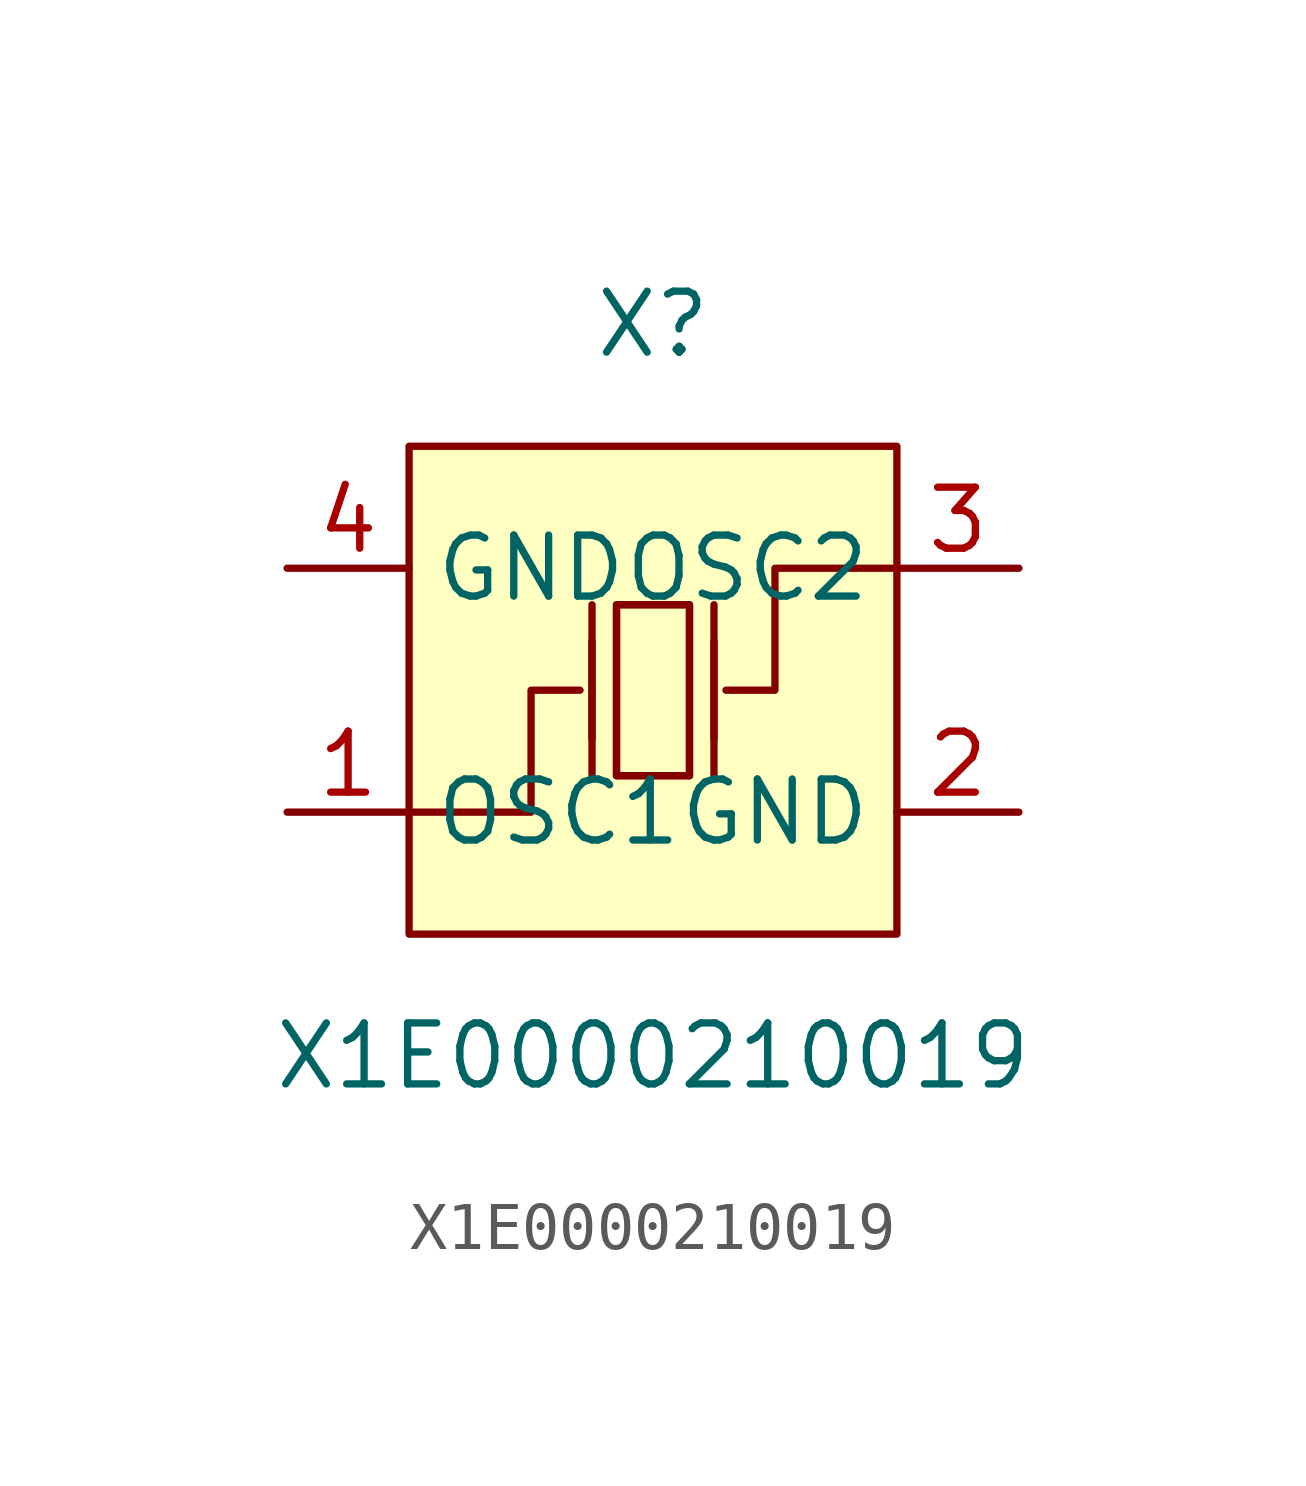
<source format=kicad_sym>
(kicad_symbol_lib
  (version 20211014)
  (generator https://github.com/uPesy/easyeda2kicad.py)
  (symbol "X1E0000210019"
    (property "Reference" "X"
      (at 0 7.62 0)
      (effects (font (size 1.27 1.27))))
    (property "Value" "X1E0000210019"
      (at 0 -7.62 0)
      (effects (font (size 1.27 1.27))))
    (symbol "X1E0000210019_0_1"
      (rectangle (start -5.08 5.08) (end 5.08 -5.08) (stroke (width 0) (type default) (color 0 0 0 0)) (fill (type background)))
      (polyline (pts (xy -1.27 -1.02) (xy -1.27 1.02)) (stroke (width 0) (type default) (color 0 0 0 0)) (fill (type none)))
      (polyline (pts (xy 0.76 -1.78) (xy -0.76 -1.78)) (stroke (width 0) (type default) (color 0 0 0 0)) (fill (type none)))
      (polyline (pts (xy 1.27 -1.02) (xy 1.27 1.02)) (stroke (width 0) (type default) (color 0 0 0 0)) (fill (type none)))
      (polyline (pts (xy -0.76 -1.78) (xy -0.76 1.78) (xy 0.76 1.78) (xy 0.76 -1.78)) (stroke (width 0) (type default) (color 0 0 0 0)) (fill (type none)))
      (polyline (pts (xy 5.08 2.54) (xy 2.54 2.54) (xy 2.54 -0.00) (xy 1.52 -0.00)) (stroke (width 0) (type default) (color 0 0 0 0)) (fill (type none)))
      (polyline (pts (xy -5.08 -2.54) (xy -2.54 -2.54) (xy -2.54 -0.00) (xy -1.52 -0.00)) (stroke (width 0) (type default) (color 0 0 0 0)) (fill (type none)))
      (polyline (pts (xy 1.27 -1.78) (xy 1.27 1.78)) (stroke (width 0) (type default) (color 0 0 0 0)) (fill (type none)))
      (polyline (pts (xy -1.27 -1.78) (xy -1.27 1.78)) (stroke (width 0) (type default) (color 0 0 0 0)) (fill (type none)))
      (polyline (pts (xy 0.76 1.78) (xy 0.76 -1.78) (xy -0.76 -1.78) (xy -0.76 1.78) (xy 0.76 1.78)) (stroke (width 0) (type default) (color 0 0 0 0)) (fill (type background)))
      (pin unspecified line (at -7.62 2.54 0) (length 2.54) (name "GND" (effects (font (size 1.27 1.27)))) (number "4" (effects (font (size 1.27 1.27)))))
      (pin unspecified line (at 7.62 -2.54 180) (length 2.54) (name "GND" (effects (font (size 1.27 1.27)))) (number "2" (effects (font (size 1.27 1.27)))))
      (pin unspecified line (at -7.62 -2.54 0) (length 2.54) (name "OSC1" (effects (font (size 1.27 1.27)))) (number "1" (effects (font (size 1.27 1.27)))))
      (pin unspecified line (at 7.62 2.54 180) (length 2.54) (name "OSC2" (effects (font (size 1.27 1.27)))) (number "3" (effects (font (size 1.27 1.27))))))))
</source>
